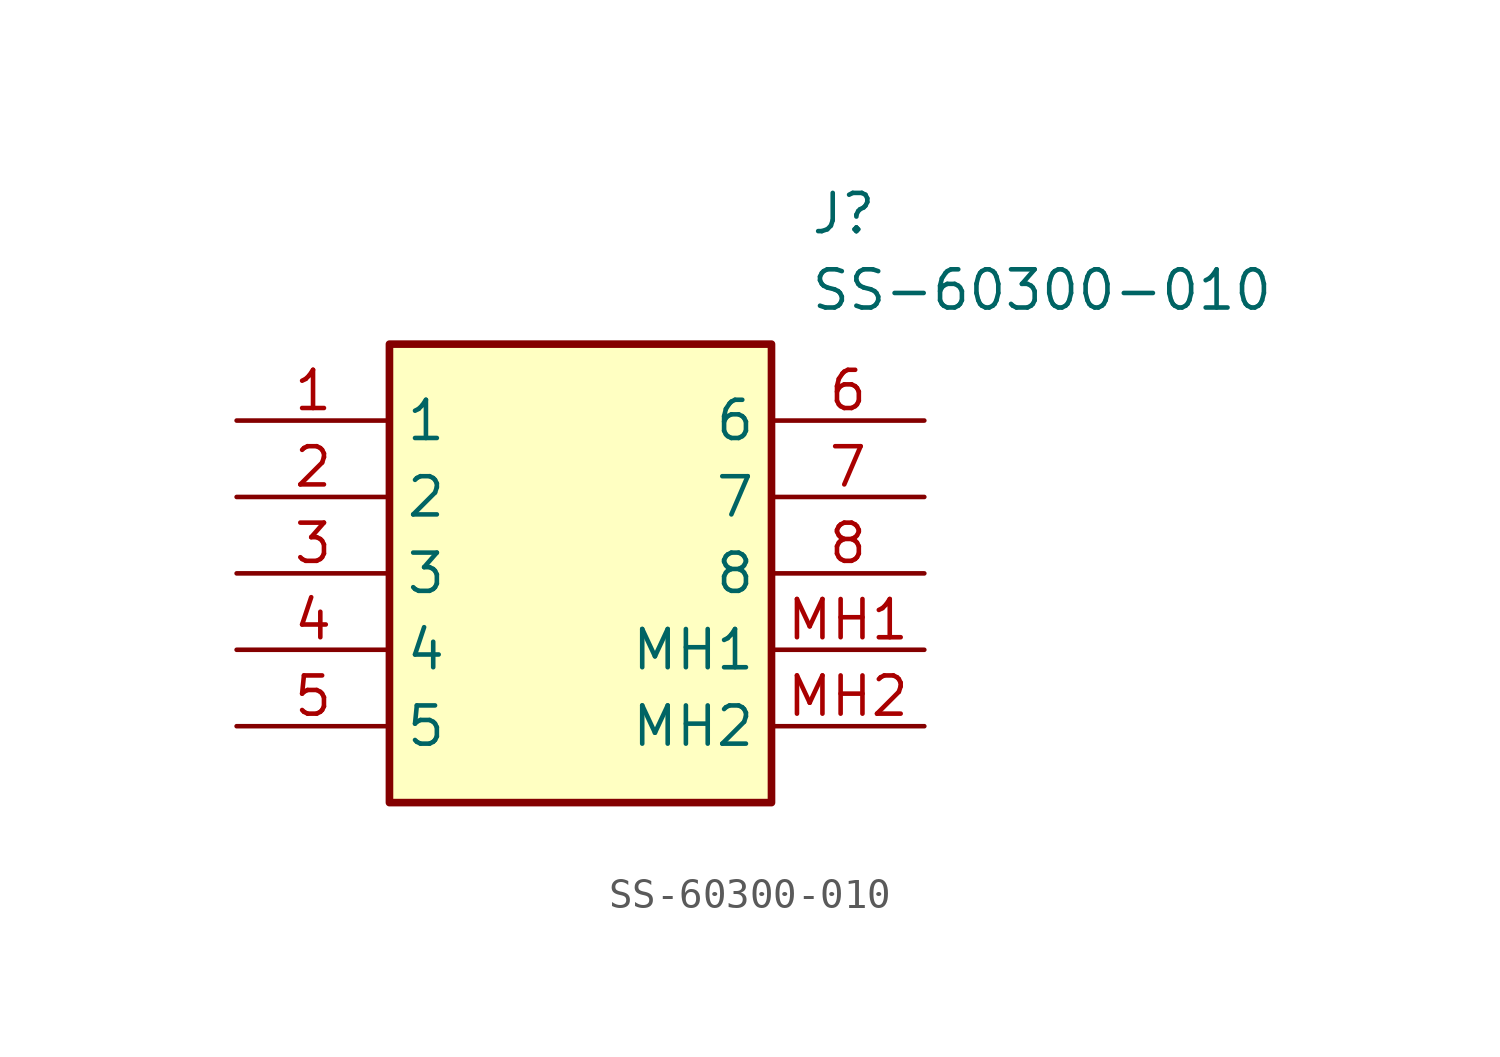
<source format=kicad_sym>
(kicad_symbol_lib
  (version 20211014)
  (generator SamacSys_ECAD_Model)
  (symbol "SS-60300-010"
    (property "Reference" "J"
      (at 19.05 7.62 0)
      (effects (font (size 1.27 1.27)) (justify left top)))
    (property "Value" "SS-60300-010"
      (at 19.05 5.08 0)
      (effects (font (size 1.27 1.27)) (justify left top)))
    (rectangle
      (start 5.08 2.54)
      (end 17.78 -12.7)
      (stroke (width 0.254) (type default))
      (fill (type background)))
    (pin passive line
      (at 0 0 0)
      (length 5.08)
      (name "1" (effects (font (size 1.27 1.27))))
      (number "1" (effects (font (size 1.27 1.27)))))
    (pin passive line
      (at 0 -2.54 0)
      (length 5.08)
      (name "2" (effects (font (size 1.27 1.27))))
      (number "2" (effects (font (size 1.27 1.27)))))
    (pin passive line
      (at 0 -5.08 0)
      (length 5.08)
      (name "3" (effects (font (size 1.27 1.27))))
      (number "3" (effects (font (size 1.27 1.27)))))
    (pin passive line
      (at 0 -7.62 0)
      (length 5.08)
      (name "4" (effects (font (size 1.27 1.27))))
      (number "4" (effects (font (size 1.27 1.27)))))
    (pin passive line
      (at 0 -10.16 0)
      (length 5.08)
      (name "5" (effects (font (size 1.27 1.27))))
      (number "5" (effects (font (size 1.27 1.27)))))
    (pin passive line
      (at 22.86 0 180)
      (length 5.08)
      (name "6" (effects (font (size 1.27 1.27))))
      (number "6" (effects (font (size 1.27 1.27)))))
    (pin passive line
      (at 22.86 -2.54 180)
      (length 5.08)
      (name "7" (effects (font (size 1.27 1.27))))
      (number "7" (effects (font (size 1.27 1.27)))))
    (pin passive line
      (at 22.86 -5.08 180)
      (length 5.08)
      (name "8" (effects (font (size 1.27 1.27))))
      (number "8" (effects (font (size 1.27 1.27)))))
    (pin passive line
      (at 22.86 -7.62 180)
      (length 5.08)
      (name "MH1" (effects (font (size 1.27 1.27))))
      (number "MH1" (effects (font (size 1.27 1.27)))))
    (pin passive line
      (at 22.86 -10.16 180)
      (length 5.08)
      (name "MH2" (effects (font (size 1.27 1.27))))
      (number "MH2" (effects (font (size 1.27 1.27)))))))
</source>
